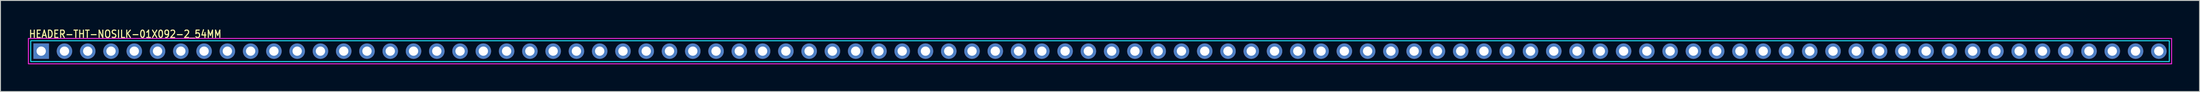
<source format=kicad_pcb>
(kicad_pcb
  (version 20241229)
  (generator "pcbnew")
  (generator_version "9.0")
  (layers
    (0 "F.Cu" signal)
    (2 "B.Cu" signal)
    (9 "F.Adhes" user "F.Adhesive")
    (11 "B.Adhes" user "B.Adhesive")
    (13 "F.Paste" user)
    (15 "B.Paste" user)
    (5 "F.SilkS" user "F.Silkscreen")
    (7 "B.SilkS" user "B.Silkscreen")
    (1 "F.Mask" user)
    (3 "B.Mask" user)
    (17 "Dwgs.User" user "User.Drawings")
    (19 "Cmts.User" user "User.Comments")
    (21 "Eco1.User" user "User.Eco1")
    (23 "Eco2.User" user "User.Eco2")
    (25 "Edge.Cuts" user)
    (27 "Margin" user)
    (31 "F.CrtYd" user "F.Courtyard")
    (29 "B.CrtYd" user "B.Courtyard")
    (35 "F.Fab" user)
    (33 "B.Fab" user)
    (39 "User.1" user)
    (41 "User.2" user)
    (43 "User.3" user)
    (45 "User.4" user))
  (footprint "HEADER-THT-NOSILK-01X092-2_54MM"
    (layer "F.Cu")
    (at 1.447 2.579)
    (property "Reference" "HEADER-THT-NOSILK-01X092-2_54MM" (at -1.4 -1.4 0) (unlocked yes) (layer "F.SilkS") (effects (font (size 0.813 0.695) (thickness 0.122)) (justify left bottom)))
    (fp_poly (pts (xy -1.143 -1.143) (xy 232.283 -1.143) (xy 232.283 1.143) (xy -1.143 1.143)) (stroke (width 0.1) (type solid)) (fill no) (layer "B.CrtYd"))
    (fp_poly (pts (xy -1.397 -1.397) (xy 232.537 -1.397) (xy 232.537 1.397) (xy -1.397 1.397)) (stroke (width 0.1) (type solid)) (fill no) (layer "F.CrtYd"))
    (pad "P$1" thru_hole rect (at 0 0) (size 1.693 1.693) (drill 1.016) (layers "*.Cu" "*.Mask"))
    (pad "P$2" thru_hole oval (at 2.54 0) (size 1.693 1.693) (drill 1.016) (layers "*.Cu" "*.Mask"))
    (pad "P$3" thru_hole oval (at 5.08 0) (size 1.693 1.693) (drill 1.016) (layers "*.Cu" "*.Mask"))
    (pad "P$4" thru_hole oval (at 7.62 0) (size 1.693 1.693) (drill 1.016) (layers "*.Cu" "*.Mask"))
    (pad "P$5" thru_hole oval (at 10.16 0) (size 1.693 1.693) (drill 1.016) (layers "*.Cu" "*.Mask"))
    (pad "P$6" thru_hole oval (at 12.7 0) (size 1.693 1.693) (drill 1.016) (layers "*.Cu" "*.Mask"))
    (pad "P$7" thru_hole oval (at 15.24 0) (size 1.693 1.693) (drill 1.016) (layers "*.Cu" "*.Mask"))
    (pad "P$8" thru_hole oval (at 17.78 0) (size 1.693 1.693) (drill 1.016) (layers "*.Cu" "*.Mask"))
    (pad "P$9" thru_hole oval (at 20.32 0) (size 1.693 1.693) (drill 1.016) (layers "*.Cu" "*.Mask"))
    (pad "P$10" thru_hole oval (at 22.86 0) (size 1.693 1.693) (drill 1.016) (layers "*.Cu" "*.Mask"))
    (pad "P$11" thru_hole oval (at 25.4 0) (size 1.693 1.693) (drill 1.016) (layers "*.Cu" "*.Mask"))
    (pad "P$12" thru_hole oval (at 27.94 0) (size 1.693 1.693) (drill 1.016) (layers "*.Cu" "*.Mask"))
    (pad "P$13" thru_hole oval (at 30.48 0) (size 1.693 1.693) (drill 1.016) (layers "*.Cu" "*.Mask"))
    (pad "P$14" thru_hole oval (at 33.02 0) (size 1.693 1.693) (drill 1.016) (layers "*.Cu" "*.Mask"))
    (pad "P$15" thru_hole oval (at 35.56 0) (size 1.693 1.693) (drill 1.016) (layers "*.Cu" "*.Mask"))
    (pad "P$16" thru_hole oval (at 38.1 0) (size 1.693 1.693) (drill 1.016) (layers "*.Cu" "*.Mask"))
    (pad "P$17" thru_hole oval (at 40.64 0) (size 1.693 1.693) (drill 1.016) (layers "*.Cu" "*.Mask"))
    (pad "P$18" thru_hole oval (at 43.18 0) (size 1.693 1.693) (drill 1.016) (layers "*.Cu" "*.Mask"))
    (pad "P$19" thru_hole oval (at 45.72 0) (size 1.693 1.693) (drill 1.016) (layers "*.Cu" "*.Mask"))
    (pad "P$20" thru_hole oval (at 48.26 0) (size 1.693 1.693) (drill 1.016) (layers "*.Cu" "*.Mask"))
    (pad "P$21" thru_hole oval (at 50.8 0) (size 1.693 1.693) (drill 1.016) (layers "*.Cu" "*.Mask"))
    (pad "P$22" thru_hole oval (at 53.34 0) (size 1.693 1.693) (drill 1.016) (layers "*.Cu" "*.Mask"))
    (pad "P$23" thru_hole oval (at 55.88 0) (size 1.693 1.693) (drill 1.016) (layers "*.Cu" "*.Mask"))
    (pad "P$24" thru_hole oval (at 58.42 0) (size 1.693 1.693) (drill 1.016) (layers "*.Cu" "*.Mask"))
    (pad "P$25" thru_hole oval (at 60.96 0) (size 1.693 1.693) (drill 1.016) (layers "*.Cu" "*.Mask"))
    (pad "P$26" thru_hole oval (at 63.5 0) (size 1.693 1.693) (drill 1.016) (layers "*.Cu" "*.Mask"))
    (pad "P$27" thru_hole oval (at 66.04 0) (size 1.693 1.693) (drill 1.016) (layers "*.Cu" "*.Mask"))
    (pad "P$28" thru_hole oval (at 68.58 0) (size 1.693 1.693) (drill 1.016) (layers "*.Cu" "*.Mask"))
    (pad "P$29" thru_hole oval (at 71.12 0) (size 1.693 1.693) (drill 1.016) (layers "*.Cu" "*.Mask"))
    (pad "P$30" thru_hole oval (at 73.66 0) (size 1.693 1.693) (drill 1.016) (layers "*.Cu" "*.Mask"))
    (pad "P$31" thru_hole oval (at 76.2 0) (size 1.693 1.693) (drill 1.016) (layers "*.Cu" "*.Mask"))
    (pad "P$32" thru_hole oval (at 78.74 0) (size 1.693 1.693) (drill 1.016) (layers "*.Cu" "*.Mask"))
    (pad "P$33" thru_hole oval (at 81.28 0) (size 1.693 1.693) (drill 1.016) (layers "*.Cu" "*.Mask"))
    (pad "P$34" thru_hole oval (at 83.82 0) (size 1.693 1.693) (drill 1.016) (layers "*.Cu" "*.Mask"))
    (pad "P$35" thru_hole oval (at 86.36 0) (size 1.693 1.693) (drill 1.016) (layers "*.Cu" "*.Mask"))
    (pad "P$36" thru_hole oval (at 88.9 0) (size 1.693 1.693) (drill 1.016) (layers "*.Cu" "*.Mask"))
    (pad "P$37" thru_hole oval (at 91.44 0) (size 1.693 1.693) (drill 1.016) (layers "*.Cu" "*.Mask"))
    (pad "P$38" thru_hole oval (at 93.98 0) (size 1.693 1.693) (drill 1.016) (layers "*.Cu" "*.Mask"))
    (pad "P$39" thru_hole oval (at 96.52 0) (size 1.693 1.693) (drill 1.016) (layers "*.Cu" "*.Mask"))
    (pad "P$40" thru_hole oval (at 99.06 0) (size 1.693 1.693) (drill 1.016) (layers "*.Cu" "*.Mask"))
    (pad "P$41" thru_hole oval (at 101.6 0) (size 1.693 1.693) (drill 1.016) (layers "*.Cu" "*.Mask"))
    (pad "P$42" thru_hole oval (at 104.14 0) (size 1.693 1.693) (drill 1.016) (layers "*.Cu" "*.Mask"))
    (pad "P$43" thru_hole oval (at 106.68 0) (size 1.693 1.693) (drill 1.016) (layers "*.Cu" "*.Mask"))
    (pad "P$44" thru_hole oval (at 109.22 0) (size 1.693 1.693) (drill 1.016) (layers "*.Cu" "*.Mask"))
    (pad "P$45" thru_hole oval (at 111.76 0) (size 1.693 1.693) (drill 1.016) (layers "*.Cu" "*.Mask"))
    (pad "P$46" thru_hole oval (at 114.3 0) (size 1.693 1.693) (drill 1.016) (layers "*.Cu" "*.Mask"))
    (pad "P$47" thru_hole oval (at 116.84 0) (size 1.693 1.693) (drill 1.016) (layers "*.Cu" "*.Mask"))
    (pad "P$48" thru_hole oval (at 119.38 0) (size 1.693 1.693) (drill 1.016) (layers "*.Cu" "*.Mask"))
    (pad "P$49" thru_hole oval (at 121.92 0) (size 1.693 1.693) (drill 1.016) (layers "*.Cu" "*.Mask"))
    (pad "P$50" thru_hole oval (at 124.46 0) (size 1.693 1.693) (drill 1.016) (layers "*.Cu" "*.Mask"))
    (pad "P$51" thru_hole oval (at 127 0) (size 1.693 1.693) (drill 1.016) (layers "*.Cu" "*.Mask"))
    (pad "P$52" thru_hole oval (at 129.54 0) (size 1.693 1.693) (drill 1.016) (layers "*.Cu" "*.Mask"))
    (pad "P$53" thru_hole oval (at 132.08 0) (size 1.693 1.693) (drill 1.016) (layers "*.Cu" "*.Mask"))
    (pad "P$54" thru_hole oval (at 134.62 0) (size 1.693 1.693) (drill 1.016) (layers "*.Cu" "*.Mask"))
    (pad "P$55" thru_hole oval (at 137.16 0) (size 1.693 1.693) (drill 1.016) (layers "*.Cu" "*.Mask"))
    (pad "P$56" thru_hole oval (at 139.7 0) (size 1.693 1.693) (drill 1.016) (layers "*.Cu" "*.Mask"))
    (pad "P$57" thru_hole oval (at 142.24 0) (size 1.693 1.693) (drill 1.016) (layers "*.Cu" "*.Mask"))
    (pad "P$58" thru_hole oval (at 144.78 0) (size 1.693 1.693) (drill 1.016) (layers "*.Cu" "*.Mask"))
    (pad "P$59" thru_hole oval (at 147.32 0) (size 1.693 1.693) (drill 1.016) (layers "*.Cu" "*.Mask"))
    (pad "P$60" thru_hole oval (at 149.86 0) (size 1.693 1.693) (drill 1.016) (layers "*.Cu" "*.Mask"))
    (pad "P$61" thru_hole oval (at 152.4 0) (size 1.693 1.693) (drill 1.016) (layers "*.Cu" "*.Mask"))
    (pad "P$62" thru_hole oval (at 154.94 0) (size 1.693 1.693) (drill 1.016) (layers "*.Cu" "*.Mask"))
    (pad "P$63" thru_hole oval (at 157.48 0) (size 1.693 1.693) (drill 1.016) (layers "*.Cu" "*.Mask"))
    (pad "P$64" thru_hole oval (at 160.02 0) (size 1.693 1.693) (drill 1.016) (layers "*.Cu" "*.Mask"))
    (pad "P$65" thru_hole oval (at 162.56 0) (size 1.693 1.693) (drill 1.016) (layers "*.Cu" "*.Mask"))
    (pad "P$66" thru_hole oval (at 165.1 0) (size 1.693 1.693) (drill 1.016) (layers "*.Cu" "*.Mask"))
    (pad "P$67" thru_hole oval (at 167.64 0) (size 1.693 1.693) (drill 1.016) (layers "*.Cu" "*.Mask"))
    (pad "P$68" thru_hole oval (at 170.18 0) (size 1.693 1.693) (drill 1.016) (layers "*.Cu" "*.Mask"))
    (pad "P$69" thru_hole oval (at 172.72 0) (size 1.693 1.693) (drill 1.016) (layers "*.Cu" "*.Mask"))
    (pad "P$70" thru_hole oval (at 175.26 0) (size 1.693 1.693) (drill 1.016) (layers "*.Cu" "*.Mask"))
    (pad "P$71" thru_hole oval (at 177.8 0) (size 1.693 1.693) (drill 1.016) (layers "*.Cu" "*.Mask"))
    (pad "P$72" thru_hole oval (at 180.34 0) (size 1.693 1.693) (drill 1.016) (layers "*.Cu" "*.Mask"))
    (pad "P$73" thru_hole oval (at 182.88 0) (size 1.693 1.693) (drill 1.016) (layers "*.Cu" "*.Mask"))
    (pad "P$74" thru_hole oval (at 185.42 0) (size 1.693 1.693) (drill 1.016) (layers "*.Cu" "*.Mask"))
    (pad "P$75" thru_hole oval (at 187.96 0) (size 1.693 1.693) (drill 1.016) (layers "*.Cu" "*.Mask"))
    (pad "P$76" thru_hole oval (at 190.5 0) (size 1.693 1.693) (drill 1.016) (layers "*.Cu" "*.Mask"))
    (pad "P$77" thru_hole oval (at 193.04 0) (size 1.693 1.693) (drill 1.016) (layers "*.Cu" "*.Mask"))
    (pad "P$78" thru_hole oval (at 195.58 0) (size 1.693 1.693) (drill 1.016) (layers "*.Cu" "*.Mask"))
    (pad "P$79" thru_hole oval (at 198.12 0) (size 1.693 1.693) (drill 1.016) (layers "*.Cu" "*.Mask"))
    (pad "P$80" thru_hole oval (at 200.66 0) (size 1.693 1.693) (drill 1.016) (layers "*.Cu" "*.Mask"))
    (pad "P$81" thru_hole oval (at 203.2 0) (size 1.693 1.693) (drill 1.016) (layers "*.Cu" "*.Mask"))
    (pad "P$82" thru_hole oval (at 205.74 0) (size 1.693 1.693) (drill 1.016) (layers "*.Cu" "*.Mask"))
    (pad "P$83" thru_hole oval (at 208.28 0) (size 1.693 1.693) (drill 1.016) (layers "*.Cu" "*.Mask"))
    (pad "P$84" thru_hole oval (at 210.82 0) (size 1.693 1.693) (drill 1.016) (layers "*.Cu" "*.Mask"))
    (pad "P$85" thru_hole oval (at 213.36 0) (size 1.693 1.693) (drill 1.016) (layers "*.Cu" "*.Mask"))
    (pad "P$86" thru_hole oval (at 215.9 0) (size 1.693 1.693) (drill 1.016) (layers "*.Cu" "*.Mask"))
    (pad "P$87" thru_hole oval (at 218.44 0) (size 1.693 1.693) (drill 1.016) (layers "*.Cu" "*.Mask"))
    (pad "P$88" thru_hole oval (at 220.98 0) (size 1.693 1.693) (drill 1.016) (layers "*.Cu" "*.Mask"))
    (pad "P$89" thru_hole oval (at 223.52 0) (size 1.693 1.693) (drill 1.016) (layers "*.Cu" "*.Mask"))
    (pad "P$90" thru_hole oval (at 226.06 0) (size 1.693 1.693) (drill 1.016) (layers "*.Cu" "*.Mask"))
    (pad "P$91" thru_hole oval (at 228.6 0) (size 1.693 1.693) (drill 1.016) (layers "*.Cu" "*.Mask"))
    (pad "P$92" thru_hole oval (at 231.14 0) (size 1.693 1.693) (drill 1.016) (layers "*.Cu" "*.Mask")))
  (gr_rect
    (start -3 -3)
    (end 237.034 7.026)
    (stroke (width 0.1) (type default))
    (fill no)
    (layer "Edge.Cuts")))
</source>
